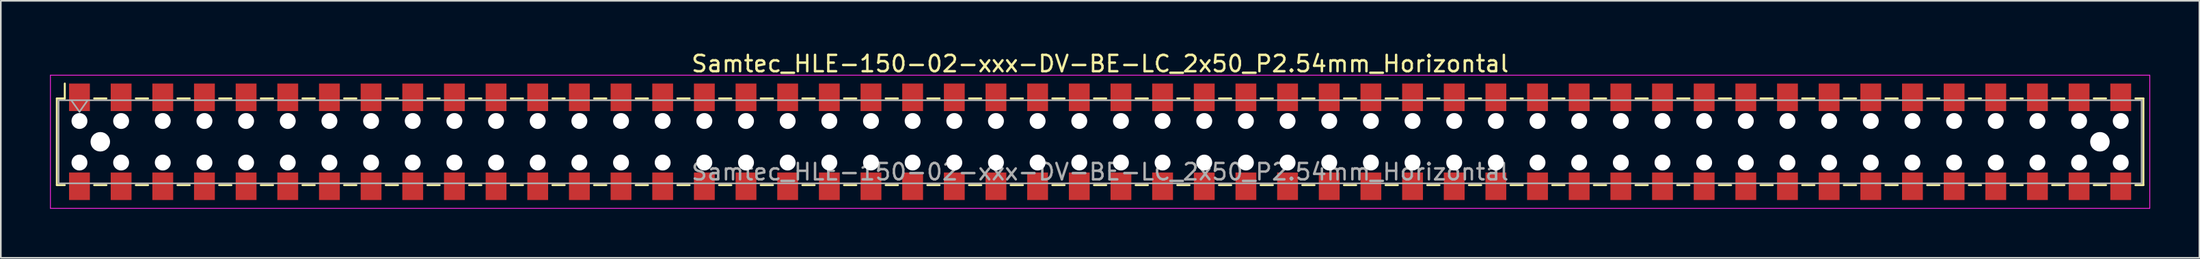
<source format=kicad_pcb>
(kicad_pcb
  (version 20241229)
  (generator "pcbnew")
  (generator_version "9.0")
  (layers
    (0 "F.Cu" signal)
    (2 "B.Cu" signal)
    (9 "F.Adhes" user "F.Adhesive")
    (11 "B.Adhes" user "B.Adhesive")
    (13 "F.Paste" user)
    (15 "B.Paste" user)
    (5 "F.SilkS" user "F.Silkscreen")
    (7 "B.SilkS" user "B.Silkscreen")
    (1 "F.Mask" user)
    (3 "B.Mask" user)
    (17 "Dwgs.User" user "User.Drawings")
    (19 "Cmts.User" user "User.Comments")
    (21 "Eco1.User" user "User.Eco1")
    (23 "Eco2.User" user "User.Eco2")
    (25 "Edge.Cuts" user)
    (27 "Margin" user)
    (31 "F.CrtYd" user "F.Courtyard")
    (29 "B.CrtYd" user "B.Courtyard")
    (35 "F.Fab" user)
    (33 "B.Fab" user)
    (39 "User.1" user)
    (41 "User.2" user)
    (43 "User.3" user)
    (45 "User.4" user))
  (footprint "Samtec_HLE-150-02-xxx-DV-BE-LC_2x50_P2.54mm_Horizontal"
    (layer "F.Cu")
    (at 64.025 5.618)
    (property "Reference" "Samtec_HLE-150-02-xxx-DV-BE-LC_2x50_P2.54mm_Horizontal" (at 0 -4.77 0) (layer "F.SilkS") (effects (font (size 1 1) (thickness 0.15))))
    (attr smd)
    (fp_line (start -63.61 -2.65) (end -63.61 2.65) (stroke (width 0.12) (type solid)) (layer "F.SilkS"))
    (fp_line (start -63.61 2.65) (end -63.125 2.65) (stroke (width 0.12) (type solid)) (layer "F.SilkS"))
    (fp_line (start -63.125 -3.56) (end -63.125 -2.65) (stroke (width 0.12) (type solid)) (layer "F.SilkS"))
    (fp_line (start -63.125 -2.65) (end -63.61 -2.65) (stroke (width 0.12) (type solid)) (layer "F.SilkS"))
    (fp_line (start -61.335 -2.65) (end -60.585 -2.65) (stroke (width 0.12) (type solid)) (layer "F.SilkS"))
    (fp_line (start -61.335 2.65) (end -60.585 2.65) (stroke (width 0.12) (type solid)) (layer "F.SilkS"))
    (fp_line (start -58.795 -2.65) (end -58.045 -2.65) (stroke (width 0.12) (type solid)) (layer "F.SilkS"))
    (fp_line (start -58.795 2.65) (end -58.045 2.65) (stroke (width 0.12) (type solid)) (layer "F.SilkS"))
    (fp_line (start -56.255 -2.65) (end -55.505 -2.65) (stroke (width 0.12) (type solid)) (layer "F.SilkS"))
    (fp_line (start -56.255 2.65) (end -55.505 2.65) (stroke (width 0.12) (type solid)) (layer "F.SilkS"))
    (fp_line (start -53.715 -2.65) (end -52.965 -2.65) (stroke (width 0.12) (type solid)) (layer "F.SilkS"))
    (fp_line (start -53.715 2.65) (end -52.965 2.65) (stroke (width 0.12) (type solid)) (layer "F.SilkS"))
    (fp_line (start -51.175 -2.65) (end -50.425 -2.65) (stroke (width 0.12) (type solid)) (layer "F.SilkS"))
    (fp_line (start -51.175 2.65) (end -50.425 2.65) (stroke (width 0.12) (type solid)) (layer "F.SilkS"))
    (fp_line (start -48.635 -2.65) (end -47.885 -2.65) (stroke (width 0.12) (type solid)) (layer "F.SilkS"))
    (fp_line (start -48.635 2.65) (end -47.885 2.65) (stroke (width 0.12) (type solid)) (layer "F.SilkS"))
    (fp_line (start -46.095 -2.65) (end -45.345 -2.65) (stroke (width 0.12) (type solid)) (layer "F.SilkS"))
    (fp_line (start -46.095 2.65) (end -45.345 2.65) (stroke (width 0.12) (type solid)) (layer "F.SilkS"))
    (fp_line (start -43.555 -2.65) (end -42.805 -2.65) (stroke (width 0.12) (type solid)) (layer "F.SilkS"))
    (fp_line (start -43.555 2.65) (end -42.805 2.65) (stroke (width 0.12) (type solid)) (layer "F.SilkS"))
    (fp_line (start -41.015 -2.65) (end -40.265 -2.65) (stroke (width 0.12) (type solid)) (layer "F.SilkS"))
    (fp_line (start -41.015 2.65) (end -40.265 2.65) (stroke (width 0.12) (type solid)) (layer "F.SilkS"))
    (fp_line (start -38.475 -2.65) (end -37.725 -2.65) (stroke (width 0.12) (type solid)) (layer "F.SilkS"))
    (fp_line (start -38.475 2.65) (end -37.725 2.65) (stroke (width 0.12) (type solid)) (layer "F.SilkS"))
    (fp_line (start -35.935 -2.65) (end -35.185 -2.65) (stroke (width 0.12) (type solid)) (layer "F.SilkS"))
    (fp_line (start -35.935 2.65) (end -35.185 2.65) (stroke (width 0.12) (type solid)) (layer "F.SilkS"))
    (fp_line (start -33.395 -2.65) (end -32.645 -2.65) (stroke (width 0.12) (type solid)) (layer "F.SilkS"))
    (fp_line (start -33.395 2.65) (end -32.645 2.65) (stroke (width 0.12) (type solid)) (layer "F.SilkS"))
    (fp_line (start -30.855 -2.65) (end -30.105 -2.65) (stroke (width 0.12) (type solid)) (layer "F.SilkS"))
    (fp_line (start -30.855 2.65) (end -30.105 2.65) (stroke (width 0.12) (type solid)) (layer "F.SilkS"))
    (fp_line (start -28.315 -2.65) (end -27.565 -2.65) (stroke (width 0.12) (type solid)) (layer "F.SilkS"))
    (fp_line (start -28.315 2.65) (end -27.565 2.65) (stroke (width 0.12) (type solid)) (layer "F.SilkS"))
    (fp_line (start -25.775 -2.65) (end -25.025 -2.65) (stroke (width 0.12) (type solid)) (layer "F.SilkS"))
    (fp_line (start -25.775 2.65) (end -25.025 2.65) (stroke (width 0.12) (type solid)) (layer "F.SilkS"))
    (fp_line (start -23.235 -2.65) (end -22.485 -2.65) (stroke (width 0.12) (type solid)) (layer "F.SilkS"))
    (fp_line (start -23.235 2.65) (end -22.485 2.65) (stroke (width 0.12) (type solid)) (layer "F.SilkS"))
    (fp_line (start -20.695 -2.65) (end -19.945 -2.65) (stroke (width 0.12) (type solid)) (layer "F.SilkS"))
    (fp_line (start -20.695 2.65) (end -19.945 2.65) (stroke (width 0.12) (type solid)) (layer "F.SilkS"))
    (fp_line (start -18.155 -2.65) (end -17.405 -2.65) (stroke (width 0.12) (type solid)) (layer "F.SilkS"))
    (fp_line (start -18.155 2.65) (end -17.405 2.65) (stroke (width 0.12) (type solid)) (layer "F.SilkS"))
    (fp_line (start -15.615 -2.65) (end -14.865 -2.65) (stroke (width 0.12) (type solid)) (layer "F.SilkS"))
    (fp_line (start -15.615 2.65) (end -14.865 2.65) (stroke (width 0.12) (type solid)) (layer "F.SilkS"))
    (fp_line (start -13.075 -2.65) (end -12.325 -2.65) (stroke (width 0.12) (type solid)) (layer "F.SilkS"))
    (fp_line (start -13.075 2.65) (end -12.325 2.65) (stroke (width 0.12) (type solid)) (layer "F.SilkS"))
    (fp_line (start -10.535 -2.65) (end -9.785 -2.65) (stroke (width 0.12) (type solid)) (layer "F.SilkS"))
    (fp_line (start -10.535 2.65) (end -9.785 2.65) (stroke (width 0.12) (type solid)) (layer "F.SilkS"))
    (fp_line (start -7.995 -2.65) (end -7.245 -2.65) (stroke (width 0.12) (type solid)) (layer "F.SilkS"))
    (fp_line (start -7.995 2.65) (end -7.245 2.65) (stroke (width 0.12) (type solid)) (layer "F.SilkS"))
    (fp_line (start -5.455 -2.65) (end -4.705 -2.65) (stroke (width 0.12) (type solid)) (layer "F.SilkS"))
    (fp_line (start -5.455 2.65) (end -4.705 2.65) (stroke (width 0.12) (type solid)) (layer "F.SilkS"))
    (fp_line (start -2.915 -2.65) (end -2.165 -2.65) (stroke (width 0.12) (type solid)) (layer "F.SilkS"))
    (fp_line (start -2.915 2.65) (end -2.165 2.65) (stroke (width 0.12) (type solid)) (layer "F.SilkS"))
    (fp_line (start -0.375 -2.65) (end 0.375 -2.65) (stroke (width 0.12) (type solid)) (layer "F.SilkS"))
    (fp_line (start -0.375 2.65) (end 0.375 2.65) (stroke (width 0.12) (type solid)) (layer "F.SilkS"))
    (fp_line (start 2.165 -2.65) (end 2.915 -2.65) (stroke (width 0.12) (type solid)) (layer "F.SilkS"))
    (fp_line (start 2.165 2.65) (end 2.915 2.65) (stroke (width 0.12) (type solid)) (layer "F.SilkS"))
    (fp_line (start 4.705 -2.65) (end 5.455 -2.65) (stroke (width 0.12) (type solid)) (layer "F.SilkS"))
    (fp_line (start 4.705 2.65) (end 5.455 2.65) (stroke (width 0.12) (type solid)) (layer "F.SilkS"))
    (fp_line (start 7.245 -2.65) (end 7.995 -2.65) (stroke (width 0.12) (type solid)) (layer "F.SilkS"))
    (fp_line (start 7.245 2.65) (end 7.995 2.65) (stroke (width 0.12) (type solid)) (layer "F.SilkS"))
    (fp_line (start 9.785 -2.65) (end 10.535 -2.65) (stroke (width 0.12) (type solid)) (layer "F.SilkS"))
    (fp_line (start 9.785 2.65) (end 10.535 2.65) (stroke (width 0.12) (type solid)) (layer "F.SilkS"))
    (fp_line (start 12.325 -2.65) (end 13.075 -2.65) (stroke (width 0.12) (type solid)) (layer "F.SilkS"))
    (fp_line (start 12.325 2.65) (end 13.075 2.65) (stroke (width 0.12) (type solid)) (layer "F.SilkS"))
    (fp_line (start 14.865 -2.65) (end 15.615 -2.65) (stroke (width 0.12) (type solid)) (layer "F.SilkS"))
    (fp_line (start 14.865 2.65) (end 15.615 2.65) (stroke (width 0.12) (type solid)) (layer "F.SilkS"))
    (fp_line (start 17.405 -2.65) (end 18.155 -2.65) (stroke (width 0.12) (type solid)) (layer "F.SilkS"))
    (fp_line (start 17.405 2.65) (end 18.155 2.65) (stroke (width 0.12) (type solid)) (layer "F.SilkS"))
    (fp_line (start 19.945 -2.65) (end 20.695 -2.65) (stroke (width 0.12) (type solid)) (layer "F.SilkS"))
    (fp_line (start 19.945 2.65) (end 20.695 2.65) (stroke (width 0.12) (type solid)) (layer "F.SilkS"))
    (fp_line (start 22.485 -2.65) (end 23.235 -2.65) (stroke (width 0.12) (type solid)) (layer "F.SilkS"))
    (fp_line (start 22.485 2.65) (end 23.235 2.65) (stroke (width 0.12) (type solid)) (layer "F.SilkS"))
    (fp_line (start 25.025 -2.65) (end 25.775 -2.65) (stroke (width 0.12) (type solid)) (layer "F.SilkS"))
    (fp_line (start 25.025 2.65) (end 25.775 2.65) (stroke (width 0.12) (type solid)) (layer "F.SilkS"))
    (fp_line (start 27.565 -2.65) (end 28.315 -2.65) (stroke (width 0.12) (type solid)) (layer "F.SilkS"))
    (fp_line (start 27.565 2.65) (end 28.315 2.65) (stroke (width 0.12) (type solid)) (layer "F.SilkS"))
    (fp_line (start 30.105 -2.65) (end 30.855 -2.65) (stroke (width 0.12) (type solid)) (layer "F.SilkS"))
    (fp_line (start 30.105 2.65) (end 30.855 2.65) (stroke (width 0.12) (type solid)) (layer "F.SilkS"))
    (fp_line (start 32.645 -2.65) (end 33.395 -2.65) (stroke (width 0.12) (type solid)) (layer "F.SilkS"))
    (fp_line (start 32.645 2.65) (end 33.395 2.65) (stroke (width 0.12) (type solid)) (layer "F.SilkS"))
    (fp_line (start 35.185 -2.65) (end 35.935 -2.65) (stroke (width 0.12) (type solid)) (layer "F.SilkS"))
    (fp_line (start 35.185 2.65) (end 35.935 2.65) (stroke (width 0.12) (type solid)) (layer "F.SilkS"))
    (fp_line (start 37.725 -2.65) (end 38.475 -2.65) (stroke (width 0.12) (type solid)) (layer "F.SilkS"))
    (fp_line (start 37.725 2.65) (end 38.475 2.65) (stroke (width 0.12) (type solid)) (layer "F.SilkS"))
    (fp_line (start 40.265 -2.65) (end 41.015 -2.65) (stroke (width 0.12) (type solid)) (layer "F.SilkS"))
    (fp_line (start 40.265 2.65) (end 41.015 2.65) (stroke (width 0.12) (type solid)) (layer "F.SilkS"))
    (fp_line (start 42.805 -2.65) (end 43.555 -2.65) (stroke (width 0.12) (type solid)) (layer "F.SilkS"))
    (fp_line (start 42.805 2.65) (end 43.555 2.65) (stroke (width 0.12) (type solid)) (layer "F.SilkS"))
    (fp_line (start 45.345 -2.65) (end 46.095 -2.65) (stroke (width 0.12) (type solid)) (layer "F.SilkS"))
    (fp_line (start 45.345 2.65) (end 46.095 2.65) (stroke (width 0.12) (type solid)) (layer "F.SilkS"))
    (fp_line (start 47.885 -2.65) (end 48.635 -2.65) (stroke (width 0.12) (type solid)) (layer "F.SilkS"))
    (fp_line (start 47.885 2.65) (end 48.635 2.65) (stroke (width 0.12) (type solid)) (layer "F.SilkS"))
    (fp_line (start 50.425 -2.65) (end 51.175 -2.65) (stroke (width 0.12) (type solid)) (layer "F.SilkS"))
    (fp_line (start 50.425 2.65) (end 51.175 2.65) (stroke (width 0.12) (type solid)) (layer "F.SilkS"))
    (fp_line (start 52.965 -2.65) (end 53.715 -2.65) (stroke (width 0.12) (type solid)) (layer "F.SilkS"))
    (fp_line (start 52.965 2.65) (end 53.715 2.65) (stroke (width 0.12) (type solid)) (layer "F.SilkS"))
    (fp_line (start 55.505 -2.65) (end 56.255 -2.65) (stroke (width 0.12) (type solid)) (layer "F.SilkS"))
    (fp_line (start 55.505 2.65) (end 56.255 2.65) (stroke (width 0.12) (type solid)) (layer "F.SilkS"))
    (fp_line (start 58.045 -2.65) (end 58.795 -2.65) (stroke (width 0.12) (type solid)) (layer "F.SilkS"))
    (fp_line (start 58.045 2.65) (end 58.795 2.65) (stroke (width 0.12) (type solid)) (layer "F.SilkS"))
    (fp_line (start 60.585 -2.65) (end 61.335 -2.65) (stroke (width 0.12) (type solid)) (layer "F.SilkS"))
    (fp_line (start 60.585 2.65) (end 61.335 2.65) (stroke (width 0.12) (type solid)) (layer "F.SilkS"))
    (fp_line (start 63.125 -2.65) (end 63.61 -2.65) (stroke (width 0.12) (type solid)) (layer "F.SilkS"))
    (fp_line (start 63.61 -2.65) (end 63.61 2.65) (stroke (width 0.12) (type solid)) (layer "F.SilkS"))
    (fp_line (start 63.61 2.65) (end 63.125 2.65) (stroke (width 0.12) (type solid)) (layer "F.SilkS"))
    (fp_line (start -64 -4.07) (end 64 -4.07) (stroke (width 0.05) (type solid)) (layer "F.CrtYd"))
    (fp_line (start -64 4.07) (end -64 -4.07) (stroke (width 0.05) (type solid)) (layer "F.CrtYd"))
    (fp_line (start 64 -4.07) (end 64 4.07) (stroke (width 0.05) (type solid)) (layer "F.CrtYd"))
    (fp_line (start 64 4.07) (end -64 4.07) (stroke (width 0.05) (type solid)) (layer "F.CrtYd"))
    (fp_line (start -63.5 -2.54) (end 63.5 -2.54) (stroke (width 0.1) (type solid)) (layer "F.Fab"))
    (fp_line (start -63.5 2.54) (end -63.5 -2.54) (stroke (width 0.1) (type solid)) (layer "F.Fab"))
    (fp_line (start -62.73 -2.54) (end -62.23 -1.833) (stroke (width 0.1) (type solid)) (layer "F.Fab"))
    (fp_line (start -62.23 -1.833) (end -61.73 -2.54) (stroke (width 0.1) (type solid)) (layer "F.Fab"))
    (fp_line (start 63.5 -2.54) (end 63.5 2.54) (stroke (width 0.1) (type solid)) (layer "F.Fab"))
    (fp_line (start 63.5 2.54) (end -63.5 2.54) (stroke (width 0.1) (type solid)) (layer "F.Fab"))
    (fp_text user "${REFERENCE}" (at 0 1.84 0) (layer "F.Fab") (effects (font (size 1 1) (thickness 0.15))))
    (pad "" np_thru_hole circle (at -62.23 -1.27) (size 0.97 0.97) (drill 0.97) (layers "*.Cu" "*.Mask"))
    (pad "" np_thru_hole circle (at -62.23 1.27) (size 0.97 0.97) (drill 0.97) (layers "*.Cu" "*.Mask"))
    (pad "" np_thru_hole circle (at -60.96 0) (size 1.19 1.19) (drill 1.19) (layers "*.Cu" "*.Mask"))
    (pad "" np_thru_hole circle (at -59.69 -1.27) (size 0.97 0.97) (drill 0.97) (layers "*.Cu" "*.Mask"))
    (pad "" np_thru_hole circle (at -59.69 1.27) (size 0.97 0.97) (drill 0.97) (layers "*.Cu" "*.Mask"))
    (pad "" np_thru_hole circle (at -57.15 -1.27) (size 0.97 0.97) (drill 0.97) (layers "*.Cu" "*.Mask"))
    (pad "" np_thru_hole circle (at -57.15 1.27) (size 0.97 0.97) (drill 0.97) (layers "*.Cu" "*.Mask"))
    (pad "" np_thru_hole circle (at -54.61 -1.27) (size 0.97 0.97) (drill 0.97) (layers "*.Cu" "*.Mask"))
    (pad "" np_thru_hole circle (at -54.61 1.27) (size 0.97 0.97) (drill 0.97) (layers "*.Cu" "*.Mask"))
    (pad "" np_thru_hole circle (at -52.07 -1.27) (size 0.97 0.97) (drill 0.97) (layers "*.Cu" "*.Mask"))
    (pad "" np_thru_hole circle (at -52.07 1.27) (size 0.97 0.97) (drill 0.97) (layers "*.Cu" "*.Mask"))
    (pad "" np_thru_hole circle (at -49.53 -1.27) (size 0.97 0.97) (drill 0.97) (layers "*.Cu" "*.Mask"))
    (pad "" np_thru_hole circle (at -49.53 1.27) (size 0.97 0.97) (drill 0.97) (layers "*.Cu" "*.Mask"))
    (pad "" np_thru_hole circle (at -46.99 -1.27) (size 0.97 0.97) (drill 0.97) (layers "*.Cu" "*.Mask"))
    (pad "" np_thru_hole circle (at -46.99 1.27) (size 0.97 0.97) (drill 0.97) (layers "*.Cu" "*.Mask"))
    (pad "" np_thru_hole circle (at -44.45 -1.27) (size 0.97 0.97) (drill 0.97) (layers "*.Cu" "*.Mask"))
    (pad "" np_thru_hole circle (at -44.45 1.27) (size 0.97 0.97) (drill 0.97) (layers "*.Cu" "*.Mask"))
    (pad "" np_thru_hole circle (at -41.91 -1.27) (size 0.97 0.97) (drill 0.97) (layers "*.Cu" "*.Mask"))
    (pad "" np_thru_hole circle (at -41.91 1.27) (size 0.97 0.97) (drill 0.97) (layers "*.Cu" "*.Mask"))
    (pad "" np_thru_hole circle (at -39.37 -1.27) (size 0.97 0.97) (drill 0.97) (layers "*.Cu" "*.Mask"))
    (pad "" np_thru_hole circle (at -39.37 1.27) (size 0.97 0.97) (drill 0.97) (layers "*.Cu" "*.Mask"))
    (pad "" np_thru_hole circle (at -36.83 -1.27) (size 0.97 0.97) (drill 0.97) (layers "*.Cu" "*.Mask"))
    (pad "" np_thru_hole circle (at -36.83 1.27) (size 0.97 0.97) (drill 0.97) (layers "*.Cu" "*.Mask"))
    (pad "" np_thru_hole circle (at -34.29 -1.27) (size 0.97 0.97) (drill 0.97) (layers "*.Cu" "*.Mask"))
    (pad "" np_thru_hole circle (at -34.29 1.27) (size 0.97 0.97) (drill 0.97) (layers "*.Cu" "*.Mask"))
    (pad "" np_thru_hole circle (at -31.75 -1.27) (size 0.97 0.97) (drill 0.97) (layers "*.Cu" "*.Mask"))
    (pad "" np_thru_hole circle (at -31.75 1.27) (size 0.97 0.97) (drill 0.97) (layers "*.Cu" "*.Mask"))
    (pad "" np_thru_hole circle (at -29.21 -1.27) (size 0.97 0.97) (drill 0.97) (layers "*.Cu" "*.Mask"))
    (pad "" np_thru_hole circle (at -29.21 1.27) (size 0.97 0.97) (drill 0.97) (layers "*.Cu" "*.Mask"))
    (pad "" np_thru_hole circle (at -26.67 -1.27) (size 0.97 0.97) (drill 0.97) (layers "*.Cu" "*.Mask"))
    (pad "" np_thru_hole circle (at -26.67 1.27) (size 0.97 0.97) (drill 0.97) (layers "*.Cu" "*.Mask"))
    (pad "" np_thru_hole circle (at -24.13 -1.27) (size 0.97 0.97) (drill 0.97) (layers "*.Cu" "*.Mask"))
    (pad "" np_thru_hole circle (at -24.13 1.27) (size 0.97 0.97) (drill 0.97) (layers "*.Cu" "*.Mask"))
    (pad "" np_thru_hole circle (at -21.59 -1.27) (size 0.97 0.97) (drill 0.97) (layers "*.Cu" "*.Mask"))
    (pad "" np_thru_hole circle (at -21.59 1.27) (size 0.97 0.97) (drill 0.97) (layers "*.Cu" "*.Mask"))
    (pad "" np_thru_hole circle (at -19.05 -1.27) (size 0.97 0.97) (drill 0.97) (layers "*.Cu" "*.Mask"))
    (pad "" np_thru_hole circle (at -19.05 1.27) (size 0.97 0.97) (drill 0.97) (layers "*.Cu" "*.Mask"))
    (pad "" np_thru_hole circle (at -16.51 -1.27) (size 0.97 0.97) (drill 0.97) (layers "*.Cu" "*.Mask"))
    (pad "" np_thru_hole circle (at -16.51 1.27) (size 0.97 0.97) (drill 0.97) (layers "*.Cu" "*.Mask"))
    (pad "" np_thru_hole circle (at -13.97 -1.27) (size 0.97 0.97) (drill 0.97) (layers "*.Cu" "*.Mask"))
    (pad "" np_thru_hole circle (at -13.97 1.27) (size 0.97 0.97) (drill 0.97) (layers "*.Cu" "*.Mask"))
    (pad "" np_thru_hole circle (at -11.43 -1.27) (size 0.97 0.97) (drill 0.97) (layers "*.Cu" "*.Mask"))
    (pad "" np_thru_hole circle (at -11.43 1.27) (size 0.97 0.97) (drill 0.97) (layers "*.Cu" "*.Mask"))
    (pad "" np_thru_hole circle (at -8.89 -1.27) (size 0.97 0.97) (drill 0.97) (layers "*.Cu" "*.Mask"))
    (pad "" np_thru_hole circle (at -8.89 1.27) (size 0.97 0.97) (drill 0.97) (layers "*.Cu" "*.Mask"))
    (pad "" np_thru_hole circle (at -6.35 -1.27) (size 0.97 0.97) (drill 0.97) (layers "*.Cu" "*.Mask"))
    (pad "" np_thru_hole circle (at -6.35 1.27) (size 0.97 0.97) (drill 0.97) (layers "*.Cu" "*.Mask"))
    (pad "" np_thru_hole circle (at -3.81 -1.27) (size 0.97 0.97) (drill 0.97) (layers "*.Cu" "*.Mask"))
    (pad "" np_thru_hole circle (at -3.81 1.27) (size 0.97 0.97) (drill 0.97) (layers "*.Cu" "*.Mask"))
    (pad "" np_thru_hole circle (at -1.27 -1.27) (size 0.97 0.97) (drill 0.97) (layers "*.Cu" "*.Mask"))
    (pad "" np_thru_hole circle (at -1.27 1.27) (size 0.97 0.97) (drill 0.97) (layers "*.Cu" "*.Mask"))
    (pad "" np_thru_hole circle (at 1.27 -1.27) (size 0.97 0.97) (drill 0.97) (layers "*.Cu" "*.Mask"))
    (pad "" np_thru_hole circle (at 1.27 1.27) (size 0.97 0.97) (drill 0.97) (layers "*.Cu" "*.Mask"))
    (pad "" np_thru_hole circle (at 3.81 -1.27) (size 0.97 0.97) (drill 0.97) (layers "*.Cu" "*.Mask"))
    (pad "" np_thru_hole circle (at 3.81 1.27) (size 0.97 0.97) (drill 0.97) (layers "*.Cu" "*.Mask"))
    (pad "" np_thru_hole circle (at 6.35 -1.27) (size 0.97 0.97) (drill 0.97) (layers "*.Cu" "*.Mask"))
    (pad "" np_thru_hole circle (at 6.35 1.27) (size 0.97 0.97) (drill 0.97) (layers "*.Cu" "*.Mask"))
    (pad "" np_thru_hole circle (at 8.89 -1.27) (size 0.97 0.97) (drill 0.97) (layers "*.Cu" "*.Mask"))
    (pad "" np_thru_hole circle (at 8.89 1.27) (size 0.97 0.97) (drill 0.97) (layers "*.Cu" "*.Mask"))
    (pad "" np_thru_hole circle (at 11.43 -1.27) (size 0.97 0.97) (drill 0.97) (layers "*.Cu" "*.Mask"))
    (pad "" np_thru_hole circle (at 11.43 1.27) (size 0.97 0.97) (drill 0.97) (layers "*.Cu" "*.Mask"))
    (pad "" np_thru_hole circle (at 13.97 -1.27) (size 0.97 0.97) (drill 0.97) (layers "*.Cu" "*.Mask"))
    (pad "" np_thru_hole circle (at 13.97 1.27) (size 0.97 0.97) (drill 0.97) (layers "*.Cu" "*.Mask"))
    (pad "" np_thru_hole circle (at 16.51 -1.27) (size 0.97 0.97) (drill 0.97) (layers "*.Cu" "*.Mask"))
    (pad "" np_thru_hole circle (at 16.51 1.27) (size 0.97 0.97) (drill 0.97) (layers "*.Cu" "*.Mask"))
    (pad "" np_thru_hole circle (at 19.05 -1.27) (size 0.97 0.97) (drill 0.97) (layers "*.Cu" "*.Mask"))
    (pad "" np_thru_hole circle (at 19.05 1.27) (size 0.97 0.97) (drill 0.97) (layers "*.Cu" "*.Mask"))
    (pad "" np_thru_hole circle (at 21.59 -1.27) (size 0.97 0.97) (drill 0.97) (layers "*.Cu" "*.Mask"))
    (pad "" np_thru_hole circle (at 21.59 1.27) (size 0.97 0.97) (drill 0.97) (layers "*.Cu" "*.Mask"))
    (pad "" np_thru_hole circle (at 24.13 -1.27) (size 0.97 0.97) (drill 0.97) (layers "*.Cu" "*.Mask"))
    (pad "" np_thru_hole circle (at 24.13 1.27) (size 0.97 0.97) (drill 0.97) (layers "*.Cu" "*.Mask"))
    (pad "" np_thru_hole circle (at 26.67 -1.27) (size 0.97 0.97) (drill 0.97) (layers "*.Cu" "*.Mask"))
    (pad "" np_thru_hole circle (at 26.67 1.27) (size 0.97 0.97) (drill 0.97) (layers "*.Cu" "*.Mask"))
    (pad "" np_thru_hole circle (at 29.21 -1.27) (size 0.97 0.97) (drill 0.97) (layers "*.Cu" "*.Mask"))
    (pad "" np_thru_hole circle (at 29.21 1.27) (size 0.97 0.97) (drill 0.97) (layers "*.Cu" "*.Mask"))
    (pad "" np_thru_hole circle (at 31.75 -1.27) (size 0.97 0.97) (drill 0.97) (layers "*.Cu" "*.Mask"))
    (pad "" np_thru_hole circle (at 31.75 1.27) (size 0.97 0.97) (drill 0.97) (layers "*.Cu" "*.Mask"))
    (pad "" np_thru_hole circle (at 34.29 -1.27) (size 0.97 0.97) (drill 0.97) (layers "*.Cu" "*.Mask"))
    (pad "" np_thru_hole circle (at 34.29 1.27) (size 0.97 0.97) (drill 0.97) (layers "*.Cu" "*.Mask"))
    (pad "" np_thru_hole circle (at 36.83 -1.27) (size 0.97 0.97) (drill 0.97) (layers "*.Cu" "*.Mask"))
    (pad "" np_thru_hole circle (at 36.83 1.27) (size 0.97 0.97) (drill 0.97) (layers "*.Cu" "*.Mask"))
    (pad "" np_thru_hole circle (at 39.37 -1.27) (size 0.97 0.97) (drill 0.97) (layers "*.Cu" "*.Mask"))
    (pad "" np_thru_hole circle (at 39.37 1.27) (size 0.97 0.97) (drill 0.97) (layers "*.Cu" "*.Mask"))
    (pad "" np_thru_hole circle (at 41.91 -1.27) (size 0.97 0.97) (drill 0.97) (layers "*.Cu" "*.Mask"))
    (pad "" np_thru_hole circle (at 41.91 1.27) (size 0.97 0.97) (drill 0.97) (layers "*.Cu" "*.Mask"))
    (pad "" np_thru_hole circle (at 44.45 -1.27) (size 0.97 0.97) (drill 0.97) (layers "*.Cu" "*.Mask"))
    (pad "" np_thru_hole circle (at 44.45 1.27) (size 0.97 0.97) (drill 0.97) (layers "*.Cu" "*.Mask"))
    (pad "" np_thru_hole circle (at 46.99 -1.27) (size 0.97 0.97) (drill 0.97) (layers "*.Cu" "*.Mask"))
    (pad "" np_thru_hole circle (at 46.99 1.27) (size 0.97 0.97) (drill 0.97) (layers "*.Cu" "*.Mask"))
    (pad "" np_thru_hole circle (at 49.53 -1.27) (size 0.97 0.97) (drill 0.97) (layers "*.Cu" "*.Mask"))
    (pad "" np_thru_hole circle (at 49.53 1.27) (size 0.97 0.97) (drill 0.97) (layers "*.Cu" "*.Mask"))
    (pad "" np_thru_hole circle (at 52.07 -1.27) (size 0.97 0.97) (drill 0.97) (layers "*.Cu" "*.Mask"))
    (pad "" np_thru_hole circle (at 52.07 1.27) (size 0.97 0.97) (drill 0.97) (layers "*.Cu" "*.Mask"))
    (pad "" np_thru_hole circle (at 54.61 -1.27) (size 0.97 0.97) (drill 0.97) (layers "*.Cu" "*.Mask"))
    (pad "" np_thru_hole circle (at 54.61 1.27) (size 0.97 0.97) (drill 0.97) (layers "*.Cu" "*.Mask"))
    (pad "" np_thru_hole circle (at 57.15 -1.27) (size 0.97 0.97) (drill 0.97) (layers "*.Cu" "*.Mask"))
    (pad "" np_thru_hole circle (at 57.15 1.27) (size 0.97 0.97) (drill 0.97) (layers "*.Cu" "*.Mask"))
    (pad "" np_thru_hole circle (at 59.69 -1.27) (size 0.97 0.97) (drill 0.97) (layers "*.Cu" "*.Mask"))
    (pad "" np_thru_hole circle (at 59.69 1.27) (size 0.97 0.97) (drill 0.97) (layers "*.Cu" "*.Mask"))
    (pad "" np_thru_hole circle (at 60.96 0) (size 1.19 1.19) (drill 1.19) (layers "*.Cu" "*.Mask"))
    (pad "" np_thru_hole circle (at 62.23 -1.27) (size 0.97 0.97) (drill 0.97) (layers "*.Cu" "*.Mask"))
    (pad "" np_thru_hole circle (at 62.23 1.27) (size 0.97 0.97) (drill 0.97) (layers "*.Cu" "*.Mask"))
    (pad "1" smd rect (at -62.23 -2.72) (size 1.27 1.68) (layers "F.Cu" "F.Mask" "F.Paste"))
    (pad "2" smd rect (at -62.23 2.72) (size 1.27 1.68) (layers "F.Cu" "F.Mask" "F.Paste"))
    (pad "3" smd rect (at -59.69 -2.72) (size 1.27 1.68) (layers "F.Cu" "F.Mask" "F.Paste"))
    (pad "4" smd rect (at -59.69 2.72) (size 1.27 1.68) (layers "F.Cu" "F.Mask" "F.Paste"))
    (pad "5" smd rect (at -57.15 -2.72) (size 1.27 1.68) (layers "F.Cu" "F.Mask" "F.Paste"))
    (pad "6" smd rect (at -57.15 2.72) (size 1.27 1.68) (layers "F.Cu" "F.Mask" "F.Paste"))
    (pad "7" smd rect (at -54.61 -2.72) (size 1.27 1.68) (layers "F.Cu" "F.Mask" "F.Paste"))
    (pad "8" smd rect (at -54.61 2.72) (size 1.27 1.68) (layers "F.Cu" "F.Mask" "F.Paste"))
    (pad "9" smd rect (at -52.07 -2.72) (size 1.27 1.68) (layers "F.Cu" "F.Mask" "F.Paste"))
    (pad "10" smd rect (at -52.07 2.72) (size 1.27 1.68) (layers "F.Cu" "F.Mask" "F.Paste"))
    (pad "11" smd rect (at -49.53 -2.72) (size 1.27 1.68) (layers "F.Cu" "F.Mask" "F.Paste"))
    (pad "12" smd rect (at -49.53 2.72) (size 1.27 1.68) (layers "F.Cu" "F.Mask" "F.Paste"))
    (pad "13" smd rect (at -46.99 -2.72) (size 1.27 1.68) (layers "F.Cu" "F.Mask" "F.Paste"))
    (pad "14" smd rect (at -46.99 2.72) (size 1.27 1.68) (layers "F.Cu" "F.Mask" "F.Paste"))
    (pad "15" smd rect (at -44.45 -2.72) (size 1.27 1.68) (layers "F.Cu" "F.Mask" "F.Paste"))
    (pad "16" smd rect (at -44.45 2.72) (size 1.27 1.68) (layers "F.Cu" "F.Mask" "F.Paste"))
    (pad "17" smd rect (at -41.91 -2.72) (size 1.27 1.68) (layers "F.Cu" "F.Mask" "F.Paste"))
    (pad "18" smd rect (at -41.91 2.72) (size 1.27 1.68) (layers "F.Cu" "F.Mask" "F.Paste"))
    (pad "19" smd rect (at -39.37 -2.72) (size 1.27 1.68) (layers "F.Cu" "F.Mask" "F.Paste"))
    (pad "20" smd rect (at -39.37 2.72) (size 1.27 1.68) (layers "F.Cu" "F.Mask" "F.Paste"))
    (pad "21" smd rect (at -36.83 -2.72) (size 1.27 1.68) (layers "F.Cu" "F.Mask" "F.Paste"))
    (pad "22" smd rect (at -36.83 2.72) (size 1.27 1.68) (layers "F.Cu" "F.Mask" "F.Paste"))
    (pad "23" smd rect (at -34.29 -2.72) (size 1.27 1.68) (layers "F.Cu" "F.Mask" "F.Paste"))
    (pad "24" smd rect (at -34.29 2.72) (size 1.27 1.68) (layers "F.Cu" "F.Mask" "F.Paste"))
    (pad "25" smd rect (at -31.75 -2.72) (size 1.27 1.68) (layers "F.Cu" "F.Mask" "F.Paste"))
    (pad "26" smd rect (at -31.75 2.72) (size 1.27 1.68) (layers "F.Cu" "F.Mask" "F.Paste"))
    (pad "27" smd rect (at -29.21 -2.72) (size 1.27 1.68) (layers "F.Cu" "F.Mask" "F.Paste"))
    (pad "28" smd rect (at -29.21 2.72) (size 1.27 1.68) (layers "F.Cu" "F.Mask" "F.Paste"))
    (pad "29" smd rect (at -26.67 -2.72) (size 1.27 1.68) (layers "F.Cu" "F.Mask" "F.Paste"))
    (pad "30" smd rect (at -26.67 2.72) (size 1.27 1.68) (layers "F.Cu" "F.Mask" "F.Paste"))
    (pad "31" smd rect (at -24.13 -2.72) (size 1.27 1.68) (layers "F.Cu" "F.Mask" "F.Paste"))
    (pad "32" smd rect (at -24.13 2.72) (size 1.27 1.68) (layers "F.Cu" "F.Mask" "F.Paste"))
    (pad "33" smd rect (at -21.59 -2.72) (size 1.27 1.68) (layers "F.Cu" "F.Mask" "F.Paste"))
    (pad "34" smd rect (at -21.59 2.72) (size 1.27 1.68) (layers "F.Cu" "F.Mask" "F.Paste"))
    (pad "35" smd rect (at -19.05 -2.72) (size 1.27 1.68) (layers "F.Cu" "F.Mask" "F.Paste"))
    (pad "36" smd rect (at -19.05 2.72) (size 1.27 1.68) (layers "F.Cu" "F.Mask" "F.Paste"))
    (pad "37" smd rect (at -16.51 -2.72) (size 1.27 1.68) (layers "F.Cu" "F.Mask" "F.Paste"))
    (pad "38" smd rect (at -16.51 2.72) (size 1.27 1.68) (layers "F.Cu" "F.Mask" "F.Paste"))
    (pad "39" smd rect (at -13.97 -2.72) (size 1.27 1.68) (layers "F.Cu" "F.Mask" "F.Paste"))
    (pad "40" smd rect (at -13.97 2.72) (size 1.27 1.68) (layers "F.Cu" "F.Mask" "F.Paste"))
    (pad "41" smd rect (at -11.43 -2.72) (size 1.27 1.68) (layers "F.Cu" "F.Mask" "F.Paste"))
    (pad "42" smd rect (at -11.43 2.72) (size 1.27 1.68) (layers "F.Cu" "F.Mask" "F.Paste"))
    (pad "43" smd rect (at -8.89 -2.72) (size 1.27 1.68) (layers "F.Cu" "F.Mask" "F.Paste"))
    (pad "44" smd rect (at -8.89 2.72) (size 1.27 1.68) (layers "F.Cu" "F.Mask" "F.Paste"))
    (pad "45" smd rect (at -6.35 -2.72) (size 1.27 1.68) (layers "F.Cu" "F.Mask" "F.Paste"))
    (pad "46" smd rect (at -6.35 2.72) (size 1.27 1.68) (layers "F.Cu" "F.Mask" "F.Paste"))
    (pad "47" smd rect (at -3.81 -2.72) (size 1.27 1.68) (layers "F.Cu" "F.Mask" "F.Paste"))
    (pad "48" smd rect (at -3.81 2.72) (size 1.27 1.68) (layers "F.Cu" "F.Mask" "F.Paste"))
    (pad "49" smd rect (at -1.27 -2.72) (size 1.27 1.68) (layers "F.Cu" "F.Mask" "F.Paste"))
    (pad "50" smd rect (at -1.27 2.72) (size 1.27 1.68) (layers "F.Cu" "F.Mask" "F.Paste"))
    (pad "51" smd rect (at 1.27 -2.72) (size 1.27 1.68) (layers "F.Cu" "F.Mask" "F.Paste"))
    (pad "52" smd rect (at 1.27 2.72) (size 1.27 1.68) (layers "F.Cu" "F.Mask" "F.Paste"))
    (pad "53" smd rect (at 3.81 -2.72) (size 1.27 1.68) (layers "F.Cu" "F.Mask" "F.Paste"))
    (pad "54" smd rect (at 3.81 2.72) (size 1.27 1.68) (layers "F.Cu" "F.Mask" "F.Paste"))
    (pad "55" smd rect (at 6.35 -2.72) (size 1.27 1.68) (layers "F.Cu" "F.Mask" "F.Paste"))
    (pad "56" smd rect (at 6.35 2.72) (size 1.27 1.68) (layers "F.Cu" "F.Mask" "F.Paste"))
    (pad "57" smd rect (at 8.89 -2.72) (size 1.27 1.68) (layers "F.Cu" "F.Mask" "F.Paste"))
    (pad "58" smd rect (at 8.89 2.72) (size 1.27 1.68) (layers "F.Cu" "F.Mask" "F.Paste"))
    (pad "59" smd rect (at 11.43 -2.72) (size 1.27 1.68) (layers "F.Cu" "F.Mask" "F.Paste"))
    (pad "60" smd rect (at 11.43 2.72) (size 1.27 1.68) (layers "F.Cu" "F.Mask" "F.Paste"))
    (pad "61" smd rect (at 13.97 -2.72) (size 1.27 1.68) (layers "F.Cu" "F.Mask" "F.Paste"))
    (pad "62" smd rect (at 13.97 2.72) (size 1.27 1.68) (layers "F.Cu" "F.Mask" "F.Paste"))
    (pad "63" smd rect (at 16.51 -2.72) (size 1.27 1.68) (layers "F.Cu" "F.Mask" "F.Paste"))
    (pad "64" smd rect (at 16.51 2.72) (size 1.27 1.68) (layers "F.Cu" "F.Mask" "F.Paste"))
    (pad "65" smd rect (at 19.05 -2.72) (size 1.27 1.68) (layers "F.Cu" "F.Mask" "F.Paste"))
    (pad "66" smd rect (at 19.05 2.72) (size 1.27 1.68) (layers "F.Cu" "F.Mask" "F.Paste"))
    (pad "67" smd rect (at 21.59 -2.72) (size 1.27 1.68) (layers "F.Cu" "F.Mask" "F.Paste"))
    (pad "68" smd rect (at 21.59 2.72) (size 1.27 1.68) (layers "F.Cu" "F.Mask" "F.Paste"))
    (pad "69" smd rect (at 24.13 -2.72) (size 1.27 1.68) (layers "F.Cu" "F.Mask" "F.Paste"))
    (pad "70" smd rect (at 24.13 2.72) (size 1.27 1.68) (layers "F.Cu" "F.Mask" "F.Paste"))
    (pad "71" smd rect (at 26.67 -2.72) (size 1.27 1.68) (layers "F.Cu" "F.Mask" "F.Paste"))
    (pad "72" smd rect (at 26.67 2.72) (size 1.27 1.68) (layers "F.Cu" "F.Mask" "F.Paste"))
    (pad "73" smd rect (at 29.21 -2.72) (size 1.27 1.68) (layers "F.Cu" "F.Mask" "F.Paste"))
    (pad "74" smd rect (at 29.21 2.72) (size 1.27 1.68) (layers "F.Cu" "F.Mask" "F.Paste"))
    (pad "75" smd rect (at 31.75 -2.72) (size 1.27 1.68) (layers "F.Cu" "F.Mask" "F.Paste"))
    (pad "76" smd rect (at 31.75 2.72) (size 1.27 1.68) (layers "F.Cu" "F.Mask" "F.Paste"))
    (pad "77" smd rect (at 34.29 -2.72) (size 1.27 1.68) (layers "F.Cu" "F.Mask" "F.Paste"))
    (pad "78" smd rect (at 34.29 2.72) (size 1.27 1.68) (layers "F.Cu" "F.Mask" "F.Paste"))
    (pad "79" smd rect (at 36.83 -2.72) (size 1.27 1.68) (layers "F.Cu" "F.Mask" "F.Paste"))
    (pad "80" smd rect (at 36.83 2.72) (size 1.27 1.68) (layers "F.Cu" "F.Mask" "F.Paste"))
    (pad "81" smd rect (at 39.37 -2.72) (size 1.27 1.68) (layers "F.Cu" "F.Mask" "F.Paste"))
    (pad "82" smd rect (at 39.37 2.72) (size 1.27 1.68) (layers "F.Cu" "F.Mask" "F.Paste"))
    (pad "83" smd rect (at 41.91 -2.72) (size 1.27 1.68) (layers "F.Cu" "F.Mask" "F.Paste"))
    (pad "84" smd rect (at 41.91 2.72) (size 1.27 1.68) (layers "F.Cu" "F.Mask" "F.Paste"))
    (pad "85" smd rect (at 44.45 -2.72) (size 1.27 1.68) (layers "F.Cu" "F.Mask" "F.Paste"))
    (pad "86" smd rect (at 44.45 2.72) (size 1.27 1.68) (layers "F.Cu" "F.Mask" "F.Paste"))
    (pad "87" smd rect (at 46.99 -2.72) (size 1.27 1.68) (layers "F.Cu" "F.Mask" "F.Paste"))
    (pad "88" smd rect (at 46.99 2.72) (size 1.27 1.68) (layers "F.Cu" "F.Mask" "F.Paste"))
    (pad "89" smd rect (at 49.53 -2.72) (size 1.27 1.68) (layers "F.Cu" "F.Mask" "F.Paste"))
    (pad "90" smd rect (at 49.53 2.72) (size 1.27 1.68) (layers "F.Cu" "F.Mask" "F.Paste"))
    (pad "91" smd rect (at 52.07 -2.72) (size 1.27 1.68) (layers "F.Cu" "F.Mask" "F.Paste"))
    (pad "92" smd rect (at 52.07 2.72) (size 1.27 1.68) (layers "F.Cu" "F.Mask" "F.Paste"))
    (pad "93" smd rect (at 54.61 -2.72) (size 1.27 1.68) (layers "F.Cu" "F.Mask" "F.Paste"))
    (pad "94" smd rect (at 54.61 2.72) (size 1.27 1.68) (layers "F.Cu" "F.Mask" "F.Paste"))
    (pad "95" smd rect (at 57.15 -2.72) (size 1.27 1.68) (layers "F.Cu" "F.Mask" "F.Paste"))
    (pad "96" smd rect (at 57.15 2.72) (size 1.27 1.68) (layers "F.Cu" "F.Mask" "F.Paste"))
    (pad "97" smd rect (at 59.69 -2.72) (size 1.27 1.68) (layers "F.Cu" "F.Mask" "F.Paste"))
    (pad "98" smd rect (at 59.69 2.72) (size 1.27 1.68) (layers "F.Cu" "F.Mask" "F.Paste"))
    (pad "99" smd rect (at 62.23 -2.72) (size 1.27 1.68) (layers "F.Cu" "F.Mask" "F.Paste"))
    (pad "100" smd rect (at 62.23 2.72) (size 1.27 1.68) (layers "F.Cu" "F.Mask" "F.Paste")))
  (gr_rect
    (start -3 -3)
    (end 131.05 12.713)
    (stroke (width 0.1) (type default))
    (fill no)
    (layer "Edge.Cuts")))
</source>
